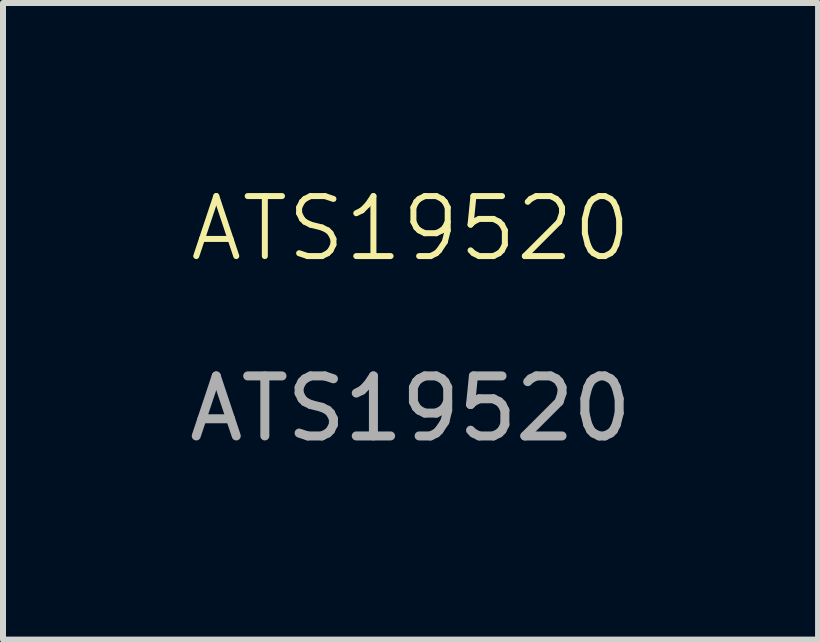
<source format=kicad_pcb>
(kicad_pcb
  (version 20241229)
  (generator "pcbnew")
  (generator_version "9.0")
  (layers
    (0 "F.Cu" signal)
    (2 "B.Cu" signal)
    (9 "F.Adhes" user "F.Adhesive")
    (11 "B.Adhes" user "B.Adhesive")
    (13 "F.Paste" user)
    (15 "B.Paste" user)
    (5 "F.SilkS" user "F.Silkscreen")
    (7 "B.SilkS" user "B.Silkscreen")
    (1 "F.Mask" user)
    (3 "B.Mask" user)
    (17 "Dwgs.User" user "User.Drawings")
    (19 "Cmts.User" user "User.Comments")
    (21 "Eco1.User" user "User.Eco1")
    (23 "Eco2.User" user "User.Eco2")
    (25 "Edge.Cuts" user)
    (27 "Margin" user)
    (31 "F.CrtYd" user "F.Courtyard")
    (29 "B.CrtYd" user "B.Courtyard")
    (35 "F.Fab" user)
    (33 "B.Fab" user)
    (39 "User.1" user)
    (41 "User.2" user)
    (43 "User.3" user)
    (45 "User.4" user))
  (footprint "ATS19520"
    (layer "F.Cu")
    (at 3.792 1.26)
    (property "Reference" "ATS19520" (at 0 -0.5 0) (unlocked yes) (layer "F.SilkS") (effects (font (size 1 1) (thickness 0.1))))
    (attr smd)
    (fp_text user "${REFERENCE}" (at 0 2.5 0) (unlocked yes) (layer "F.Fab") (effects (font (size 1 1) (thickness 0.15)))))
  (gr_rect
    (start -3 -3)
    (end 10.583 7.609)
    (stroke (width 0.1) (type default))
    (fill no)
    (layer "Edge.Cuts")))
</source>
